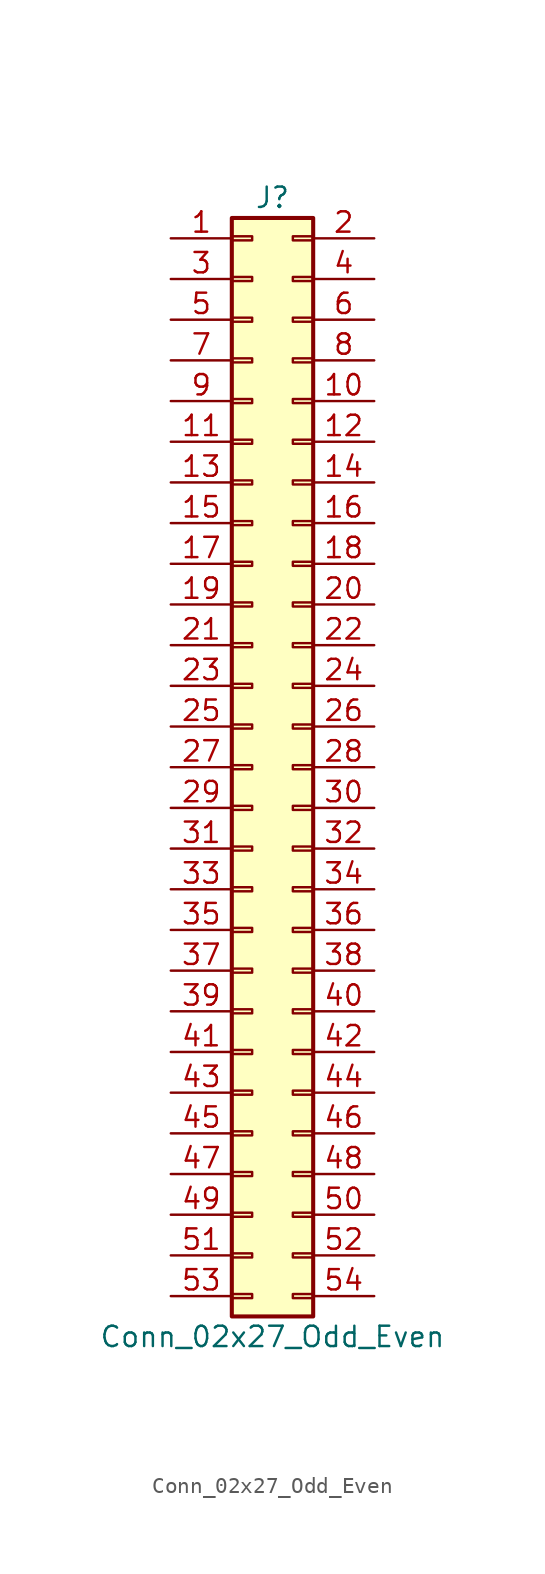
<source format=kicad_sym>
(kicad_symbol_lib
  (version 20201005)
  (generator kicad_symbol_editor)
  (symbol "Conn_02x27_Odd_Even"
    (pin_names
      (offset 1.016) hide)
    (property "Reference" "J"
      (at 1.27 35.56 0)
      (effects (font (size 1.27 1.27))))
    (property "Value" "Conn_02x27_Odd_Even"
      (at 1.27 -35.56 0)
      (effects (font (size 1.27 1.27))))
    (symbol "Conn_02x27_Odd_Even_1_1"
      (rectangle (start -1.27 -32.893) (end 0 -33.147) (stroke (width 0.152)) (fill (type none)))
      (rectangle (start -1.27 -30.353) (end 0 -30.607) (stroke (width 0.152)) (fill (type none)))
      (rectangle (start -1.27 -27.813) (end 0 -28.067) (stroke (width 0.152)) (fill (type none)))
      (rectangle (start -1.27 -25.273) (end 0 -25.527) (stroke (width 0.152)) (fill (type none)))
      (rectangle (start -1.27 -22.733) (end 0 -22.987) (stroke (width 0.152)) (fill (type none)))
      (rectangle (start -1.27 -20.193) (end 0 -20.447) (stroke (width 0.152)) (fill (type none)))
      (rectangle (start -1.27 -17.653) (end 0 -17.907) (stroke (width 0.152)) (fill (type none)))
      (rectangle (start -1.27 -15.113) (end 0 -15.367) (stroke (width 0.152)) (fill (type none)))
      (rectangle (start -1.27 -12.573) (end 0 -12.827) (stroke (width 0.152)) (fill (type none)))
      (rectangle (start -1.27 -10.033) (end 0 -10.287) (stroke (width 0.152)) (fill (type none)))
      (rectangle (start -1.27 -7.493) (end 0 -7.747) (stroke (width 0.152)) (fill (type none)))
      (rectangle (start -1.27 -4.953) (end 0 -5.207) (stroke (width 0.152)) (fill (type none)))
      (rectangle (start -1.27 -2.413) (end 0 -2.667) (stroke (width 0.152)) (fill (type none)))
      (rectangle (start -1.27 0.127) (end 0 -0.127) (stroke (width 0.152)) (fill (type none)))
      (rectangle (start -1.27 2.667) (end 0 2.413) (stroke (width 0.152)) (fill (type none)))
      (rectangle (start -1.27 5.207) (end 0 4.953) (stroke (width 0.152)) (fill (type none)))
      (rectangle (start -1.27 7.747) (end 0 7.493) (stroke (width 0.152)) (fill (type none)))
      (rectangle (start -1.27 10.287) (end 0 10.033) (stroke (width 0.152)) (fill (type none)))
      (rectangle (start -1.27 12.827) (end 0 12.573) (stroke (width 0.152)) (fill (type none)))
      (rectangle (start -1.27 15.367) (end 0 15.113) (stroke (width 0.152)) (fill (type none)))
      (rectangle (start -1.27 17.907) (end 0 17.653) (stroke (width 0.152)) (fill (type none)))
      (rectangle (start -1.27 20.447) (end 0 20.193) (stroke (width 0.152)) (fill (type none)))
      (rectangle (start -1.27 22.987) (end 0 22.733) (stroke (width 0.152)) (fill (type none)))
      (rectangle (start -1.27 25.527) (end 0 25.273) (stroke (width 0.152)) (fill (type none)))
      (rectangle (start -1.27 28.067) (end 0 27.813) (stroke (width 0.152)) (fill (type none)))
      (rectangle (start -1.27 30.607) (end 0 30.353) (stroke (width 0.152)) (fill (type none)))
      (rectangle (start -1.27 33.147) (end 0 32.893) (stroke (width 0.152)) (fill (type none)))
      (rectangle (start 3.81 -32.893) (end 2.54 -33.147) (stroke (width 0.152)) (fill (type none)))
      (rectangle (start 3.81 -30.353) (end 2.54 -30.607) (stroke (width 0.152)) (fill (type none)))
      (rectangle (start 3.81 -27.813) (end 2.54 -28.067) (stroke (width 0.152)) (fill (type none)))
      (rectangle (start 3.81 -25.273) (end 2.54 -25.527) (stroke (width 0.152)) (fill (type none)))
      (rectangle (start 3.81 -22.733) (end 2.54 -22.987) (stroke (width 0.152)) (fill (type none)))
      (rectangle (start 3.81 -20.193) (end 2.54 -20.447) (stroke (width 0.152)) (fill (type none)))
      (rectangle (start 3.81 -17.653) (end 2.54 -17.907) (stroke (width 0.152)) (fill (type none)))
      (rectangle (start 3.81 -15.113) (end 2.54 -15.367) (stroke (width 0.152)) (fill (type none)))
      (rectangle (start 3.81 -12.573) (end 2.54 -12.827) (stroke (width 0.152)) (fill (type none)))
      (rectangle (start 3.81 -10.033) (end 2.54 -10.287) (stroke (width 0.152)) (fill (type none)))
      (rectangle (start 3.81 -7.493) (end 2.54 -7.747) (stroke (width 0.152)) (fill (type none)))
      (rectangle (start 3.81 -4.953) (end 2.54 -5.207) (stroke (width 0.152)) (fill (type none)))
      (rectangle (start 3.81 -2.413) (end 2.54 -2.667) (stroke (width 0.152)) (fill (type none)))
      (rectangle (start 3.81 0.127) (end 2.54 -0.127) (stroke (width 0.152)) (fill (type none)))
      (rectangle (start 3.81 2.667) (end 2.54 2.413) (stroke (width 0.152)) (fill (type none)))
      (rectangle (start 3.81 5.207) (end 2.54 4.953) (stroke (width 0.152)) (fill (type none)))
      (rectangle (start 3.81 7.747) (end 2.54 7.493) (stroke (width 0.152)) (fill (type none)))
      (rectangle (start 3.81 10.287) (end 2.54 10.033) (stroke (width 0.152)) (fill (type none)))
      (rectangle (start 3.81 12.827) (end 2.54 12.573) (stroke (width 0.152)) (fill (type none)))
      (rectangle (start 3.81 15.367) (end 2.54 15.113) (stroke (width 0.152)) (fill (type none)))
      (rectangle (start 3.81 17.907) (end 2.54 17.653) (stroke (width 0.152)) (fill (type none)))
      (rectangle (start 3.81 20.447) (end 2.54 20.193) (stroke (width 0.152)) (fill (type none)))
      (rectangle (start 3.81 22.987) (end 2.54 22.733) (stroke (width 0.152)) (fill (type none)))
      (rectangle (start 3.81 25.527) (end 2.54 25.273) (stroke (width 0.152)) (fill (type none)))
      (rectangle (start 3.81 28.067) (end 2.54 27.813) (stroke (width 0.152)) (fill (type none)))
      (rectangle (start 3.81 30.607) (end 2.54 30.353) (stroke (width 0.152)) (fill (type none)))
      (rectangle (start 3.81 33.147) (end 2.54 32.893) (stroke (width 0.152)) (fill (type none)))
      (rectangle (start -1.27 34.29) (end 3.81 -34.29) (stroke (width 0.254)) (fill (type background)))
      (pin passive line (at -5.08 33.02 0) (length 3.81) (name "Pin_1" (effects (font (size 1.27 1.27)))) (number "1" (effects (font (size 1.27 1.27)))))
      (pin passive line (at 7.62 22.86 180) (length 3.81) (name "Pin_10" (effects (font (size 1.27 1.27)))) (number "10" (effects (font (size 1.27 1.27)))))
      (pin passive line (at -5.08 20.32 0) (length 3.81) (name "Pin_11" (effects (font (size 1.27 1.27)))) (number "11" (effects (font (size 1.27 1.27)))))
      (pin passive line (at 7.62 20.32 180) (length 3.81) (name "Pin_12" (effects (font (size 1.27 1.27)))) (number "12" (effects (font (size 1.27 1.27)))))
      (pin passive line (at -5.08 17.78 0) (length 3.81) (name "Pin_13" (effects (font (size 1.27 1.27)))) (number "13" (effects (font (size 1.27 1.27)))))
      (pin passive line (at 7.62 17.78 180) (length 3.81) (name "Pin_14" (effects (font (size 1.27 1.27)))) (number "14" (effects (font (size 1.27 1.27)))))
      (pin passive line (at -5.08 15.24 0) (length 3.81) (name "Pin_15" (effects (font (size 1.27 1.27)))) (number "15" (effects (font (size 1.27 1.27)))))
      (pin passive line (at 7.62 15.24 180) (length 3.81) (name "Pin_16" (effects (font (size 1.27 1.27)))) (number "16" (effects (font (size 1.27 1.27)))))
      (pin passive line (at -5.08 12.7 0) (length 3.81) (name "Pin_17" (effects (font (size 1.27 1.27)))) (number "17" (effects (font (size 1.27 1.27)))))
      (pin passive line (at 7.62 12.7 180) (length 3.81) (name "Pin_18" (effects (font (size 1.27 1.27)))) (number "18" (effects (font (size 1.27 1.27)))))
      (pin passive line (at -5.08 10.16 0) (length 3.81) (name "Pin_19" (effects (font (size 1.27 1.27)))) (number "19" (effects (font (size 1.27 1.27)))))
      (pin passive line (at 7.62 33.02 180) (length 3.81) (name "Pin_2" (effects (font (size 1.27 1.27)))) (number "2" (effects (font (size 1.27 1.27)))))
      (pin passive line (at 7.62 10.16 180) (length 3.81) (name "Pin_20" (effects (font (size 1.27 1.27)))) (number "20" (effects (font (size 1.27 1.27)))))
      (pin passive line (at -5.08 7.62 0) (length 3.81) (name "Pin_21" (effects (font (size 1.27 1.27)))) (number "21" (effects (font (size 1.27 1.27)))))
      (pin passive line (at 7.62 7.62 180) (length 3.81) (name "Pin_22" (effects (font (size 1.27 1.27)))) (number "22" (effects (font (size 1.27 1.27)))))
      (pin passive line (at -5.08 5.08 0) (length 3.81) (name "Pin_23" (effects (font (size 1.27 1.27)))) (number "23" (effects (font (size 1.27 1.27)))))
      (pin passive line (at 7.62 5.08 180) (length 3.81) (name "Pin_24" (effects (font (size 1.27 1.27)))) (number "24" (effects (font (size 1.27 1.27)))))
      (pin passive line (at -5.08 2.54 0) (length 3.81) (name "Pin_25" (effects (font (size 1.27 1.27)))) (number "25" (effects (font (size 1.27 1.27)))))
      (pin passive line (at 7.62 2.54 180) (length 3.81) (name "Pin_26" (effects (font (size 1.27 1.27)))) (number "26" (effects (font (size 1.27 1.27)))))
      (pin passive line (at -5.08 0 0) (length 3.81) (name "Pin_27" (effects (font (size 1.27 1.27)))) (number "27" (effects (font (size 1.27 1.27)))))
      (pin passive line (at 7.62 0 180) (length 3.81) (name "Pin_28" (effects (font (size 1.27 1.27)))) (number "28" (effects (font (size 1.27 1.27)))))
      (pin passive line (at -5.08 -2.54 0) (length 3.81) (name "Pin_29" (effects (font (size 1.27 1.27)))) (number "29" (effects (font (size 1.27 1.27)))))
      (pin passive line (at -5.08 30.48 0) (length 3.81) (name "Pin_3" (effects (font (size 1.27 1.27)))) (number "3" (effects (font (size 1.27 1.27)))))
      (pin passive line (at 7.62 -2.54 180) (length 3.81) (name "Pin_30" (effects (font (size 1.27 1.27)))) (number "30" (effects (font (size 1.27 1.27)))))
      (pin passive line (at -5.08 -5.08 0) (length 3.81) (name "Pin_31" (effects (font (size 1.27 1.27)))) (number "31" (effects (font (size 1.27 1.27)))))
      (pin passive line (at 7.62 -5.08 180) (length 3.81) (name "Pin_32" (effects (font (size 1.27 1.27)))) (number "32" (effects (font (size 1.27 1.27)))))
      (pin passive line (at -5.08 -7.62 0) (length 3.81) (name "Pin_33" (effects (font (size 1.27 1.27)))) (number "33" (effects (font (size 1.27 1.27)))))
      (pin passive line (at 7.62 -7.62 180) (length 3.81) (name "Pin_34" (effects (font (size 1.27 1.27)))) (number "34" (effects (font (size 1.27 1.27)))))
      (pin passive line (at -5.08 -10.16 0) (length 3.81) (name "Pin_35" (effects (font (size 1.27 1.27)))) (number "35" (effects (font (size 1.27 1.27)))))
      (pin passive line (at 7.62 -10.16 180) (length 3.81) (name "Pin_36" (effects (font (size 1.27 1.27)))) (number "36" (effects (font (size 1.27 1.27)))))
      (pin passive line (at -5.08 -12.7 0) (length 3.81) (name "Pin_37" (effects (font (size 1.27 1.27)))) (number "37" (effects (font (size 1.27 1.27)))))
      (pin passive line (at 7.62 -12.7 180) (length 3.81) (name "Pin_38" (effects (font (size 1.27 1.27)))) (number "38" (effects (font (size 1.27 1.27)))))
      (pin passive line (at -5.08 -15.24 0) (length 3.81) (name "Pin_39" (effects (font (size 1.27 1.27)))) (number "39" (effects (font (size 1.27 1.27)))))
      (pin passive line (at 7.62 30.48 180) (length 3.81) (name "Pin_4" (effects (font (size 1.27 1.27)))) (number "4" (effects (font (size 1.27 1.27)))))
      (pin passive line (at 7.62 -15.24 180) (length 3.81) (name "Pin_40" (effects (font (size 1.27 1.27)))) (number "40" (effects (font (size 1.27 1.27)))))
      (pin passive line (at -5.08 -17.78 0) (length 3.81) (name "Pin_41" (effects (font (size 1.27 1.27)))) (number "41" (effects (font (size 1.27 1.27)))))
      (pin passive line (at 7.62 -17.78 180) (length 3.81) (name "Pin_42" (effects (font (size 1.27 1.27)))) (number "42" (effects (font (size 1.27 1.27)))))
      (pin passive line (at -5.08 -20.32 0) (length 3.81) (name "Pin_43" (effects (font (size 1.27 1.27)))) (number "43" (effects (font (size 1.27 1.27)))))
      (pin passive line (at 7.62 -20.32 180) (length 3.81) (name "Pin_44" (effects (font (size 1.27 1.27)))) (number "44" (effects (font (size 1.27 1.27)))))
      (pin passive line (at -5.08 -22.86 0) (length 3.81) (name "Pin_45" (effects (font (size 1.27 1.27)))) (number "45" (effects (font (size 1.27 1.27)))))
      (pin passive line (at 7.62 -22.86 180) (length 3.81) (name "Pin_46" (effects (font (size 1.27 1.27)))) (number "46" (effects (font (size 1.27 1.27)))))
      (pin passive line (at -5.08 -25.4 0) (length 3.81) (name "Pin_47" (effects (font (size 1.27 1.27)))) (number "47" (effects (font (size 1.27 1.27)))))
      (pin passive line (at 7.62 -25.4 180) (length 3.81) (name "Pin_48" (effects (font (size 1.27 1.27)))) (number "48" (effects (font (size 1.27 1.27)))))
      (pin passive line (at -5.08 -27.94 0) (length 3.81) (name "Pin_49" (effects (font (size 1.27 1.27)))) (number "49" (effects (font (size 1.27 1.27)))))
      (pin passive line (at -5.08 27.94 0) (length 3.81) (name "Pin_5" (effects (font (size 1.27 1.27)))) (number "5" (effects (font (size 1.27 1.27)))))
      (pin passive line (at 7.62 -27.94 180) (length 3.81) (name "Pin_50" (effects (font (size 1.27 1.27)))) (number "50" (effects (font (size 1.27 1.27)))))
      (pin passive line (at -5.08 -30.48 0) (length 3.81) (name "Pin_51" (effects (font (size 1.27 1.27)))) (number "51" (effects (font (size 1.27 1.27)))))
      (pin passive line (at 7.62 -30.48 180) (length 3.81) (name "Pin_52" (effects (font (size 1.27 1.27)))) (number "52" (effects (font (size 1.27 1.27)))))
      (pin passive line (at -5.08 -33.02 0) (length 3.81) (name "Pin_53" (effects (font (size 1.27 1.27)))) (number "53" (effects (font (size 1.27 1.27)))))
      (pin passive line (at 7.62 -33.02 180) (length 3.81) (name "Pin_54" (effects (font (size 1.27 1.27)))) (number "54" (effects (font (size 1.27 1.27)))))
      (pin passive line (at 7.62 27.94 180) (length 3.81) (name "Pin_6" (effects (font (size 1.27 1.27)))) (number "6" (effects (font (size 1.27 1.27)))))
      (pin passive line (at -5.08 25.4 0) (length 3.81) (name "Pin_7" (effects (font (size 1.27 1.27)))) (number "7" (effects (font (size 1.27 1.27)))))
      (pin passive line (at 7.62 25.4 180) (length 3.81) (name "Pin_8" (effects (font (size 1.27 1.27)))) (number "8" (effects (font (size 1.27 1.27)))))
      (pin passive line (at -5.08 22.86 0) (length 3.81) (name "Pin_9" (effects (font (size 1.27 1.27)))) (number "9" (effects (font (size 1.27 1.27))))))))
</source>
